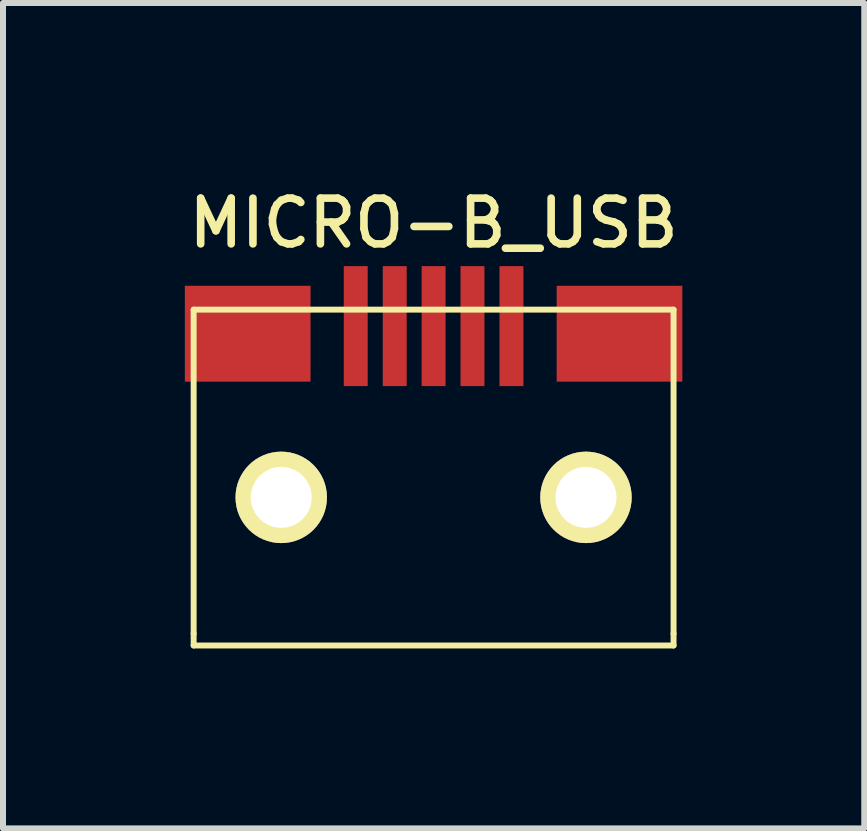
<source format=kicad_pcb>
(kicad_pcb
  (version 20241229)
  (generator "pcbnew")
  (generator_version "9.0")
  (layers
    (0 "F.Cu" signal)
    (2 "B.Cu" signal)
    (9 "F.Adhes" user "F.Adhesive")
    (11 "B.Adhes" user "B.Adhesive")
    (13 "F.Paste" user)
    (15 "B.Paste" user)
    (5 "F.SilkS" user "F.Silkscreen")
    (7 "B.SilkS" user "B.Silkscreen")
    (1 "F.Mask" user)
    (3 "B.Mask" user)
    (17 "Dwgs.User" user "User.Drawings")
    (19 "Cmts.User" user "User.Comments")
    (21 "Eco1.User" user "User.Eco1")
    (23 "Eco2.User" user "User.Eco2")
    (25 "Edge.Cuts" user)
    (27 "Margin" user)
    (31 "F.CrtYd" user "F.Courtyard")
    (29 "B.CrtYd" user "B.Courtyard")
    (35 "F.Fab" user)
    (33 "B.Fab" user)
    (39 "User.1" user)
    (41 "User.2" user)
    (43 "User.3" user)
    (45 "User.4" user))
  (footprint "MICRO-B_USB"
    (layer "F.Cu")
    (at 4.178 6.511)
    (property "Reference" "MICRO-B_USB" (at 0 -5.842 0) (layer "F.SilkS") (effects (font (size 0.762 0.762) (thickness 0.127))))
    (attr through_hole)
    (fp_line (start -4 -4.399) (end 4 -4.399) (stroke (width 0.099) (type solid)) (layer "F.SilkS"))
    (fp_line (start -4 1.001) (end -4 -4.399) (stroke (width 0.099) (type solid)) (layer "F.SilkS"))
    (fp_line (start -4 1.001) (end -4 1.199) (stroke (width 0.099) (type solid)) (layer "F.SilkS"))
    (fp_line (start 4 -4.399) (end 4 1.001) (stroke (width 0.099) (type solid)) (layer "F.SilkS"))
    (fp_line (start 4 1.001) (end 4 1.199) (stroke (width 0.099) (type solid)) (layer "F.SilkS"))
    (fp_line (start 4 1.199) (end -4 1.199) (stroke (width 0.099) (type solid)) (layer "F.SilkS"))
    (pad "" smd rect (at -3.099 -3.998) (size 2.095 1.598) (layers "F.Cu" "F.Mask" "F.Paste"))
    (pad "" thru_hole circle (at -2.54 -1.27) (size 1.524 1.524) (drill 1.016) (layers "*.Cu" "*.Mask" "F.SilkS"))
    (pad "" thru_hole circle (at 2.54 -1.27) (size 1.524 1.524) (drill 1.016) (layers "*.Cu" "*.Mask" "F.SilkS"))
    (pad "" smd rect (at 3.099 -3.998) (size 2.095 1.598) (layers "F.Cu" "F.Mask" "F.Paste"))
    (pad "1" smd rect (at -1.298 -4.125) (size 0.399 2) (layers "F.Cu" "F.Mask" "F.Paste"))
    (pad "2" smd rect (at -0.648 -4.125) (size 0.399 2) (layers "F.Cu" "F.Mask" "F.Paste"))
    (pad "3" smd rect (at 0 -4.125) (size 0.399 2) (layers "F.Cu" "F.Mask" "F.Paste"))
    (pad "4" smd rect (at 0.648 -4.125) (size 0.399 2) (layers "F.Cu" "F.Mask" "F.Paste"))
    (pad "5" smd rect (at 1.298 -4.125) (size 0.399 2) (layers "F.Cu" "F.Mask" "F.Paste")))
  (gr_rect
    (start -3 -3)
    (end 11.357 10.759)
    (stroke (width 0.1) (type default))
    (fill no)
    (layer "Edge.Cuts")))
</source>
